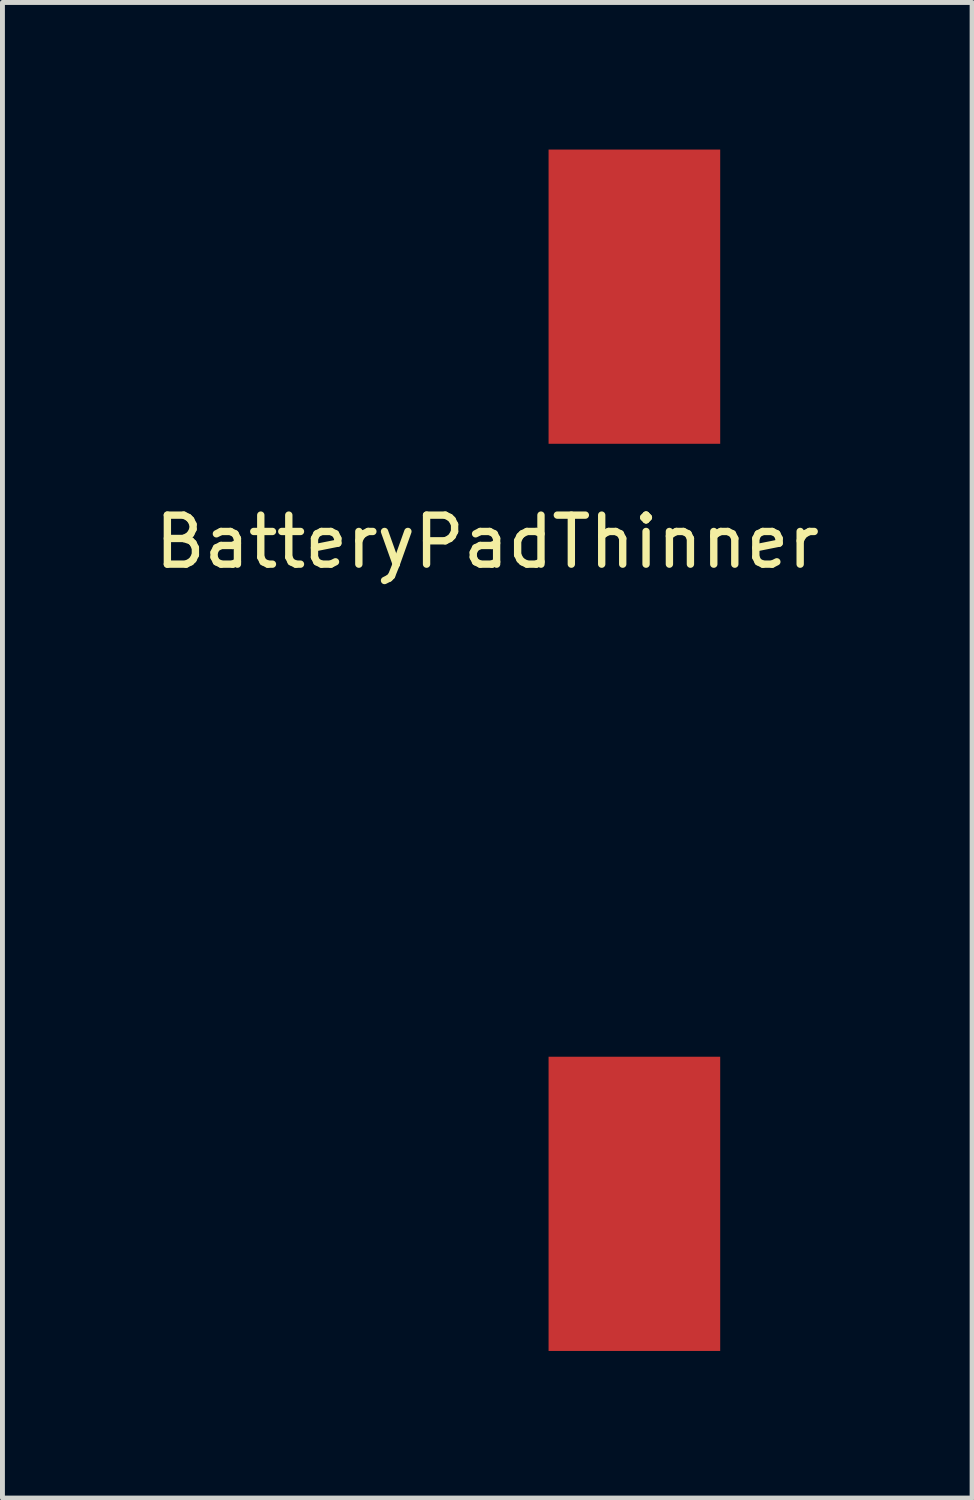
<source format=kicad_pcb>
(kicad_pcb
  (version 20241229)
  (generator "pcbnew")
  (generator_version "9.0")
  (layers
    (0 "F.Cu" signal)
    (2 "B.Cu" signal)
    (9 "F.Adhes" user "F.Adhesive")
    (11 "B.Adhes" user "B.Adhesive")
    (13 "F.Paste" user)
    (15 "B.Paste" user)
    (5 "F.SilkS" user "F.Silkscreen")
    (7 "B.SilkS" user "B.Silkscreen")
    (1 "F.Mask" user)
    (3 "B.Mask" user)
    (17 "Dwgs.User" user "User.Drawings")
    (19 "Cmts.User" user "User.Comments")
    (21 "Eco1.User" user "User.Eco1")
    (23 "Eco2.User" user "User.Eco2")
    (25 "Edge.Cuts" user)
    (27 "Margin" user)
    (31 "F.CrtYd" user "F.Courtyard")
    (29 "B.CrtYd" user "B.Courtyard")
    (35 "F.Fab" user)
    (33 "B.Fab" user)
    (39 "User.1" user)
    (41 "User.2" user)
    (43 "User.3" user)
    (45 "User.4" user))
  (footprint "BatteryPadThinner"
    (layer "F.Cu")
    (at 9.887 3)
    (property "Reference" "BatteryPadThinner" (at -3 5 0) (layer "F.SilkS") (effects (font (size 1 1) (thickness 0.15))))
    (attr smd)
    (pad "1" smd rect (at 0 0) (size 3.5 6) (layers "F.Cu" "F.Mask"))
    (pad "1" smd rect (at 0 18.5) (size 3.5 6) (layers "F.Cu" "F.Mask")))
  (gr_rect
    (start -3 -3)
    (end 16.774 27.5)
    (stroke (width 0.1) (type default))
    (fill no)
    (layer "Edge.Cuts")))
</source>
